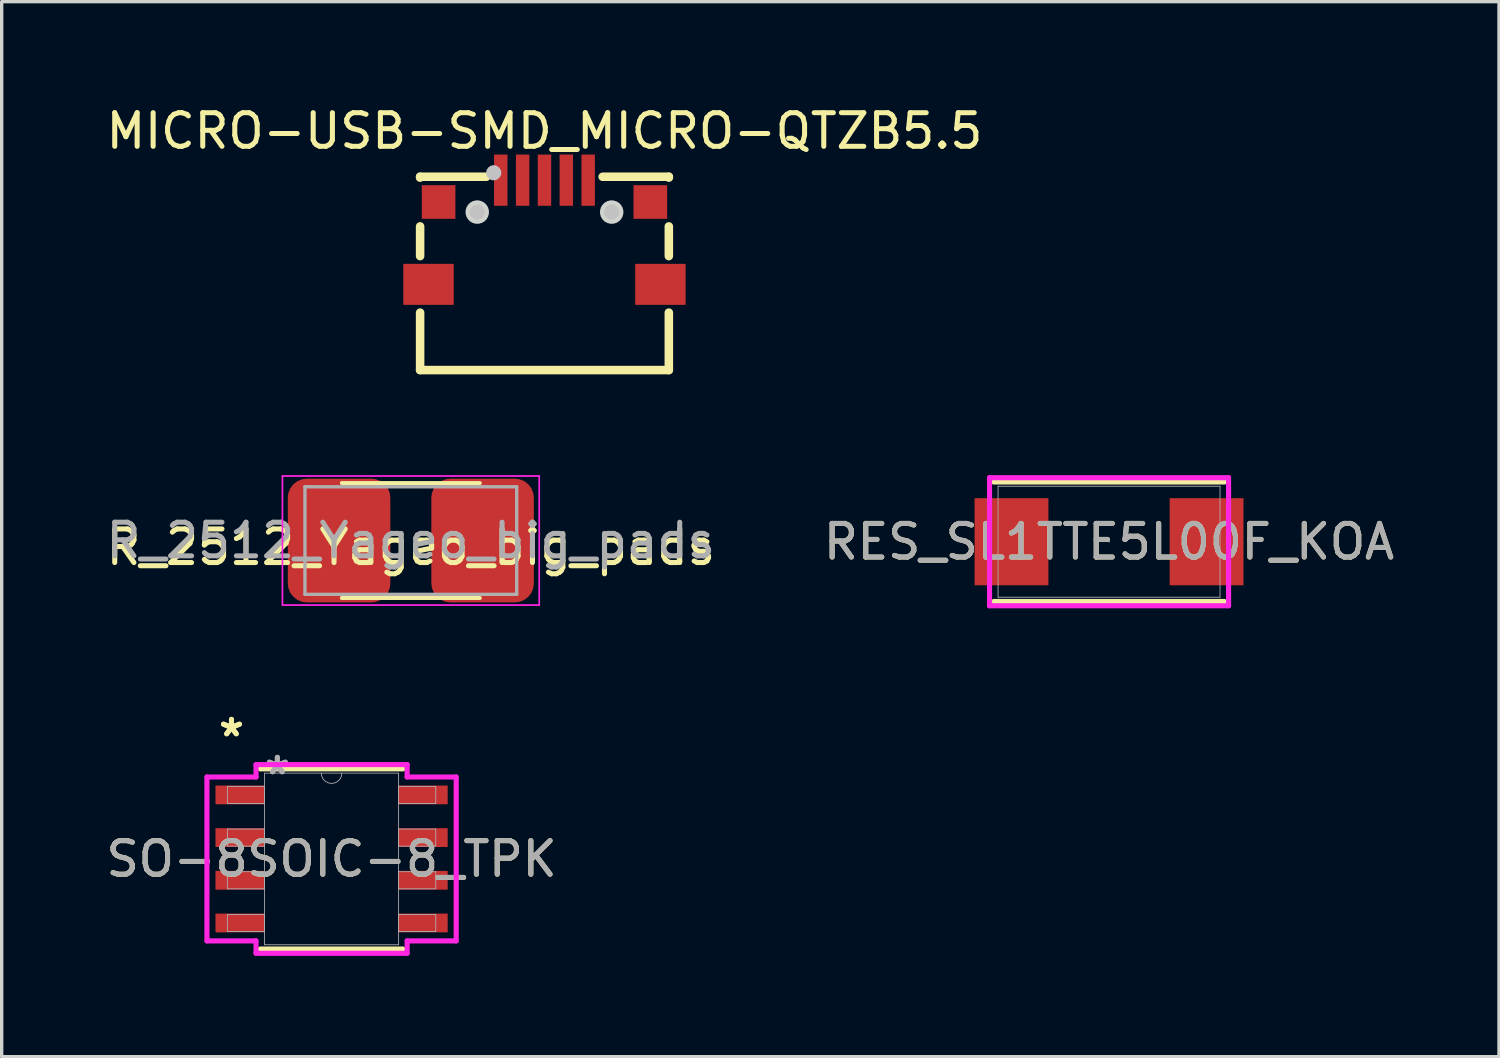
<source format=kicad_pcb>
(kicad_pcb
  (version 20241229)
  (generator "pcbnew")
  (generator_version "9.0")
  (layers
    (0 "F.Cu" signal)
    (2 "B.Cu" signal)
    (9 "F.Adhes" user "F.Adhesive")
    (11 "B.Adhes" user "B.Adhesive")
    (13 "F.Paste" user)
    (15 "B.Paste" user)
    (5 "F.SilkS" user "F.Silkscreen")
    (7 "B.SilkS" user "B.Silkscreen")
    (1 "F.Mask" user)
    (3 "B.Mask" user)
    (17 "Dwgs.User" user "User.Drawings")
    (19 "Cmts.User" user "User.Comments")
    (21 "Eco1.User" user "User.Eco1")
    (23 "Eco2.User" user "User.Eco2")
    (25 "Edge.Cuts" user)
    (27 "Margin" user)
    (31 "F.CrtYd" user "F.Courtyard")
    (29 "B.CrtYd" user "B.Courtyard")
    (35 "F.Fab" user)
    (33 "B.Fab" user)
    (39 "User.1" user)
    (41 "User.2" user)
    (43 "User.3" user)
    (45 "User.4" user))
  (footprint "SO-8SOIC-8_TPK"
    (layer "F.Cu")
    (at 6.815 22.505)
    (property "Reference" "SO-8SOIC-8_TPK" (at 0 0 0) (unlocked yes) (layer "F.SilkS") (effects (font (size 1 1) (thickness 0.15))))
    (attr smd)
    (fp_line (start -2.121 2.68) (end 2.121 2.68) (stroke (width 0.152) (type solid)) (layer "F.SilkS"))
    (fp_line (start 2.121 -2.68) (end -2.121 -2.68) (stroke (width 0.152) (type solid)) (layer "F.SilkS"))
    (fp_line (start -3.708 -2.438) (end -2.248 -2.438) (stroke (width 0.152) (type solid)) (layer "F.CrtYd"))
    (fp_line (start -3.708 2.438) (end -3.708 -2.438) (stroke (width 0.152) (type solid)) (layer "F.CrtYd"))
    (fp_line (start -3.708 2.438) (end -2.248 2.438) (stroke (width 0.152) (type solid)) (layer "F.CrtYd"))
    (fp_line (start -2.248 -2.807) (end 2.248 -2.807) (stroke (width 0.152) (type solid)) (layer "F.CrtYd"))
    (fp_line (start -2.248 -2.438) (end -2.248 -2.807) (stroke (width 0.152) (type solid)) (layer "F.CrtYd"))
    (fp_line (start -2.248 2.807) (end -2.248 2.438) (stroke (width 0.152) (type solid)) (layer "F.CrtYd"))
    (fp_line (start 2.248 -2.807) (end 2.248 -2.438) (stroke (width 0.152) (type solid)) (layer "F.CrtYd"))
    (fp_line (start 2.248 2.438) (end 2.248 2.807) (stroke (width 0.152) (type solid)) (layer "F.CrtYd"))
    (fp_line (start 2.248 2.807) (end -2.248 2.807) (stroke (width 0.152) (type solid)) (layer "F.CrtYd"))
    (fp_line (start 3.708 -2.438) (end 2.248 -2.438) (stroke (width 0.152) (type solid)) (layer "F.CrtYd"))
    (fp_line (start 3.708 -2.438) (end 3.708 2.438) (stroke (width 0.152) (type solid)) (layer "F.CrtYd"))
    (fp_line (start 3.708 2.438) (end 2.248 2.438) (stroke (width 0.152) (type solid)) (layer "F.CrtYd"))
    (fp_line (start -3.099 -2.159) (end -3.099 -1.651) (stroke (width 0.025) (type solid)) (layer "F.Fab"))
    (fp_line (start -3.099 -1.651) (end -1.994 -1.651) (stroke (width 0.025) (type solid)) (layer "F.Fab"))
    (fp_line (start -3.099 -0.889) (end -3.099 -0.381) (stroke (width 0.025) (type solid)) (layer "F.Fab"))
    (fp_line (start -3.099 -0.381) (end -1.994 -0.381) (stroke (width 0.025) (type solid)) (layer "F.Fab"))
    (fp_line (start -3.099 0.381) (end -3.099 0.889) (stroke (width 0.025) (type solid)) (layer "F.Fab"))
    (fp_line (start -3.099 0.889) (end -1.994 0.889) (stroke (width 0.025) (type solid)) (layer "F.Fab"))
    (fp_line (start -3.099 1.651) (end -3.099 2.159) (stroke (width 0.025) (type solid)) (layer "F.Fab"))
    (fp_line (start -3.099 2.159) (end -1.994 2.159) (stroke (width 0.025) (type solid)) (layer "F.Fab"))
    (fp_line (start -1.994 -2.553) (end -1.994 2.553) (stroke (width 0.025) (type solid)) (layer "F.Fab"))
    (fp_line (start -1.994 -2.159) (end -3.099 -2.159) (stroke (width 0.025) (type solid)) (layer "F.Fab"))
    (fp_line (start -1.994 -1.651) (end -1.994 -2.159) (stroke (width 0.025) (type solid)) (layer "F.Fab"))
    (fp_line (start -1.994 -0.889) (end -3.099 -0.889) (stroke (width 0.025) (type solid)) (layer "F.Fab"))
    (fp_line (start -1.994 -0.381) (end -1.994 -0.889) (stroke (width 0.025) (type solid)) (layer "F.Fab"))
    (fp_line (start -1.994 0.381) (end -3.099 0.381) (stroke (width 0.025) (type solid)) (layer "F.Fab"))
    (fp_line (start -1.994 0.889) (end -1.994 0.381) (stroke (width 0.025) (type solid)) (layer "F.Fab"))
    (fp_line (start -1.994 1.651) (end -3.099 1.651) (stroke (width 0.025) (type solid)) (layer "F.Fab"))
    (fp_line (start -1.994 2.159) (end -1.994 1.651) (stroke (width 0.025) (type solid)) (layer "F.Fab"))
    (fp_line (start -1.994 2.553) (end 1.994 2.553) (stroke (width 0.025) (type solid)) (layer "F.Fab"))
    (fp_line (start 1.994 -2.553) (end -1.994 -2.553) (stroke (width 0.025) (type solid)) (layer "F.Fab"))
    (fp_line (start 1.994 -2.159) (end 1.994 -1.651) (stroke (width 0.025) (type solid)) (layer "F.Fab"))
    (fp_line (start 1.994 -1.651) (end 3.099 -1.651) (stroke (width 0.025) (type solid)) (layer "F.Fab"))
    (fp_line (start 1.994 -0.889) (end 1.994 -0.381) (stroke (width 0.025) (type solid)) (layer "F.Fab"))
    (fp_line (start 1.994 -0.381) (end 3.099 -0.381) (stroke (width 0.025) (type solid)) (layer "F.Fab"))
    (fp_line (start 1.994 0.381) (end 1.994 0.889) (stroke (width 0.025) (type solid)) (layer "F.Fab"))
    (fp_line (start 1.994 0.889) (end 3.099 0.889) (stroke (width 0.025) (type solid)) (layer "F.Fab"))
    (fp_line (start 1.994 1.651) (end 1.994 2.159) (stroke (width 0.025) (type solid)) (layer "F.Fab"))
    (fp_line (start 1.994 2.159) (end 3.099 2.159) (stroke (width 0.025) (type solid)) (layer "F.Fab"))
    (fp_line (start 1.994 2.553) (end 1.994 -2.553) (stroke (width 0.025) (type solid)) (layer "F.Fab"))
    (fp_line (start 3.099 -2.159) (end 1.994 -2.159) (stroke (width 0.025) (type solid)) (layer "F.Fab"))
    (fp_line (start 3.099 -1.651) (end 3.099 -2.159) (stroke (width 0.025) (type solid)) (layer "F.Fab"))
    (fp_line (start 3.099 -0.889) (end 1.994 -0.889) (stroke (width 0.025) (type solid)) (layer "F.Fab"))
    (fp_line (start 3.099 -0.381) (end 3.099 -0.889) (stroke (width 0.025) (type solid)) (layer "F.Fab"))
    (fp_line (start 3.099 0.381) (end 1.994 0.381) (stroke (width 0.025) (type solid)) (layer "F.Fab"))
    (fp_line (start 3.099 0.889) (end 3.099 0.381) (stroke (width 0.025) (type solid)) (layer "F.Fab"))
    (fp_line (start 3.099 1.651) (end 1.994 1.651) (stroke (width 0.025) (type solid)) (layer "F.Fab"))
    (fp_line (start 3.099 2.159) (end 3.099 1.651) (stroke (width 0.025) (type solid)) (layer "F.Fab"))
    (fp_arc (start 0.3048 -2.5527) (mid 0 -2.2479) (end -0.3048 -2.5527) (stroke (width 0.0254) (type solid)) (layer "F.Fab"))
    (fp_text user "*" (at -2.978 -3.607 0) (layer "F.SilkS") (effects (font (size 1 1) (thickness 0.15))))
    (fp_text user "*" (at -2.978 -3.607 0) (unlocked yes) (layer "F.SilkS") (effects (font (size 1 1) (thickness 0.15))))
    (fp_text user "${REFERENCE}" (at 0 0 0) (unlocked yes) (layer "F.Fab") (effects (font (size 1 1) (thickness 0.15))))
    (fp_text user "*" (at -1.613 -2.477 0) (unlocked yes) (layer "F.Fab") (effects (font (size 1 1) (thickness 0.15))))
    (fp_text user "*" (at -1.613 -2.477 0) (layer "F.Fab") (effects (font (size 1 1) (thickness 0.15))))
    (pad "1" smd rect (at -2.724 -1.905) (size 1.46 0.559) (layers "F.Cu" "F.Mask" "F.Paste"))
    (pad "2" smd rect (at -2.724 -0.635) (size 1.46 0.559) (layers "F.Cu" "F.Mask" "F.Paste"))
    (pad "3" smd rect (at -2.724 0.635) (size 1.46 0.559) (layers "F.Cu" "F.Mask" "F.Paste"))
    (pad "4" smd rect (at -2.724 1.905) (size 1.46 0.559) (layers "F.Cu" "F.Mask" "F.Paste"))
    (pad "5" smd rect (at 2.724 1.905) (size 1.46 0.559) (layers "F.Cu" "F.Mask" "F.Paste"))
    (pad "6" smd rect (at 2.724 0.635) (size 1.46 0.559) (layers "F.Cu" "F.Mask" "F.Paste"))
    (pad "7" smd rect (at 2.724 -0.635) (size 1.46 0.559) (layers "F.Cu" "F.Mask" "F.Paste"))
    (pad "8" smd rect (at 2.724 -1.905) (size 1.46 0.559) (layers "F.Cu" "F.Mask" "F.Paste")))
  (footprint "R_2512_Yageo_big_pads"
    (layer "F.Cu")
    (at 9.173 13.032)
    (property "Reference" "R_2512_Yageo_big_pads" (at 0 0.2 180) (layer "F.SilkS") (effects (font (size 1 1) (thickness 0.15))))
    (attr smd)
    (fp_line (start -2.052 -1.71) (end 2.052 -1.71) (stroke (width 0.12) (type solid)) (layer "F.SilkS"))
    (fp_line (start -2.052 1.71) (end 2.052 1.71) (stroke (width 0.12) (type solid)) (layer "F.SilkS"))
    (fp_line (start -3.82 -1.92) (end 3.82 -1.92) (stroke (width 0.05) (type solid)) (layer "F.CrtYd"))
    (fp_line (start -3.82 1.92) (end -3.82 -1.92) (stroke (width 0.05) (type solid)) (layer "F.CrtYd"))
    (fp_line (start 3.82 -1.92) (end 3.82 1.92) (stroke (width 0.05) (type solid)) (layer "F.CrtYd"))
    (fp_line (start 3.82 1.92) (end -3.82 1.92) (stroke (width 0.05) (type solid)) (layer "F.CrtYd"))
    (fp_line (start -3.15 -1.6) (end 3.15 -1.6) (stroke (width 0.1) (type solid)) (layer "F.Fab"))
    (fp_line (start -3.15 1.6) (end -3.15 -1.6) (stroke (width 0.1) (type solid)) (layer "F.Fab"))
    (fp_line (start 3.15 -1.6) (end 3.15 1.6) (stroke (width 0.1) (type solid)) (layer "F.Fab"))
    (fp_line (start 3.15 1.6) (end -3.15 1.6) (stroke (width 0.1) (type solid)) (layer "F.Fab"))
    (fp_text user "${REFERENCE}" (at 0 0 180) (layer "F.Fab") (effects (font (size 1 1) (thickness 0.15))))
    (pad "1" smd roundrect (at -2.135 0) (size 3.05 3.68) (layers "F.Cu" "F.Mask" "F.Paste") (roundrect_rratio 0.185))
    (pad "2" smd roundrect (at 2.135 0) (size 3.05 3.68) (layers "F.Cu" "F.Mask" "F.Paste") (roundrect_rratio 0.185)))
  (footprint "RES_SL1TTE5L00F_KOA"
    (layer "F.Cu")
    (at 29.946 13.068)
    (property "Reference" "RES_SL1TTE5L00F_KOA" (at 0 0 0) (unlocked yes) (layer "F.SilkS") (effects (font (size 1 1) (thickness 0.15))))
    (attr smd)
    (fp_line (start -3.429 1.778) (end 3.429 1.778) (stroke (width 0.152) (type solid)) (layer "F.SilkS"))
    (fp_line (start 3.429 -1.778) (end -3.429 -1.778) (stroke (width 0.152) (type solid)) (layer "F.SilkS"))
    (fp_line (start -3.556 -1.905) (end 3.556 -1.905) (stroke (width 0.152) (type solid)) (layer "F.CrtYd"))
    (fp_line (start -3.556 -1.549) (end -3.556 -1.905) (stroke (width 0.152) (type solid)) (layer "F.CrtYd"))
    (fp_line (start -3.556 -1.549) (end -3.556 -1.549) (stroke (width 0.152) (type solid)) (layer "F.CrtYd"))
    (fp_line (start -3.556 1.549) (end -3.556 -1.549) (stroke (width 0.152) (type solid)) (layer "F.CrtYd"))
    (fp_line (start -3.556 1.549) (end -3.556 1.549) (stroke (width 0.152) (type solid)) (layer "F.CrtYd"))
    (fp_line (start -3.556 1.905) (end -3.556 1.549) (stroke (width 0.152) (type solid)) (layer "F.CrtYd"))
    (fp_line (start 3.556 -1.905) (end 3.556 -1.549) (stroke (width 0.152) (type solid)) (layer "F.CrtYd"))
    (fp_line (start 3.556 -1.549) (end 3.556 -1.549) (stroke (width 0.152) (type solid)) (layer "F.CrtYd"))
    (fp_line (start 3.556 -1.549) (end 3.556 1.549) (stroke (width 0.152) (type solid)) (layer "F.CrtYd"))
    (fp_line (start 3.556 1.549) (end 3.556 1.549) (stroke (width 0.152) (type solid)) (layer "F.CrtYd"))
    (fp_line (start 3.556 1.549) (end 3.556 1.905) (stroke (width 0.152) (type solid)) (layer "F.CrtYd"))
    (fp_line (start 3.556 1.905) (end -3.556 1.905) (stroke (width 0.152) (type solid)) (layer "F.CrtYd"))
    (fp_line (start -3.302 -1.651) (end -3.302 1.651) (stroke (width 0.025) (type solid)) (layer "F.Fab"))
    (fp_line (start -3.302 1.651) (end 3.302 1.651) (stroke (width 0.025) (type solid)) (layer "F.Fab"))
    (fp_line (start 3.302 -1.651) (end -3.302 -1.651) (stroke (width 0.025) (type solid)) (layer "F.Fab"))
    (fp_line (start 3.302 1.651) (end 3.302 -1.651) (stroke (width 0.025) (type solid)) (layer "F.Fab"))
    (fp_circle (center 0 0) (end 0 0) (stroke (width 0.025) (type solid)) (fill no) (layer "F.Fab"))
    (fp_text user "${REFERENCE}" (at 0 0 0) (unlocked yes) (layer "F.Fab") (effects (font (size 1 1) (thickness 0.15))))
    (pad "1" smd rect (at -2.902 0) (size 2.197 2.591) (layers "F.Cu" "F.Mask" "F.Paste"))
    (pad "2" smd rect (at 2.902 0) (size 2.197 2.591) (layers "F.Cu" "F.Mask" "F.Paste")))
  (footprint "MICRO-USB-SMD_MICRO-QTZB5.5"
    (layer "F.Cu")
    (at 13.149 3.86)
    (property "Reference" "MICRO-USB-SMD_MICRO-QTZB5.5" (at 0 -3.012 0) (layer "F.SilkS") (effects (font (size 1 1) (thickness 0.15))))
    (fp_line (start -3.7 -1.651) (end -1.731 -1.651) (stroke (width 0.254) (type default)) (layer "F.SilkS"))
    (fp_line (start -3.7 -1.625) (end -3.7 -1.651) (stroke (width 0.254) (type default)) (layer "F.SilkS"))
    (fp_line (start -3.7 0.709) (end -3.7 -0.174) (stroke (width 0.254) (type default)) (layer "F.SilkS"))
    (fp_line (start -3.7 4.1) (end -3.7 2.391) (stroke (width 0.254) (type default)) (layer "F.SilkS"))
    (fp_line (start 3.7 -1.651) (end 1.731 -1.651) (stroke (width 0.254) (type default)) (layer "F.SilkS"))
    (fp_line (start 3.7 -1.625) (end 3.7 -1.651) (stroke (width 0.254) (type default)) (layer "F.SilkS"))
    (fp_line (start 3.7 0.709) (end 3.7 -0.174) (stroke (width 0.254) (type default)) (layer "F.SilkS"))
    (fp_line (start 3.7 4.1) (end -3.7 4.1) (stroke (width 0.254) (type default)) (layer "F.SilkS"))
    (fp_line (start 3.7 4.1) (end 3.7 2.391) (stroke (width 0.254) (type default)) (layer "F.SilkS"))
    (fp_circle (center -2 -0.6) (end -1.887 -0.6) (stroke (width 0.225) (type default)) (fill no) (layer "Dwgs.User"))
    (fp_circle (center -1.51 -1.77) (end -1.397 -1.77) (stroke (width 0.225) (type default)) (fill no) (layer "Dwgs.User"))
    (fp_circle (center 2 -0.6) (end 2.113 -0.6) (stroke (width 0.225) (type default)) (fill no) (layer "Dwgs.User"))
    (fp_poly (pts (xy -1.653 -0.646) (xy -1.677 -0.734) (xy -1.722 -0.813) (xy -1.787 -0.878) (xy -1.866 -0.923) (xy -1.954 -0.947) (xy -2.046 -0.947) (xy -2.134 -0.923) (xy -2.213 -0.878) (xy -2.278 -0.813) (xy -2.323 -0.734) (xy -2.347 -0.646) (xy -2.347 -0.554) (xy -2.323 -0.466) (xy -2.278 -0.387) (xy -2.213 -0.322) (xy -2.134 -0.277) (xy -2.046 -0.253) (xy -1.954 -0.253) (xy -1.866 -0.277) (xy -1.787 -0.322) (xy -1.722 -0.387) (xy -1.677 -0.466) (xy -1.653 -0.554)) (stroke (width 0) (type default)) (fill yes) (layer "Edge.Cuts"))
    (fp_poly (pts (xy 2.347 -0.646) (xy 2.323 -0.734) (xy 2.278 -0.813) (xy 2.213 -0.878) (xy 2.134 -0.923) (xy 2.046 -0.947) (xy 1.954 -0.947) (xy 1.866 -0.923) (xy 1.787 -0.878) (xy 1.722 -0.813) (xy 1.677 -0.734) (xy 1.653 -0.646) (xy 1.653 -0.554) (xy 1.677 -0.466) (xy 1.722 -0.387) (xy 1.787 -0.322) (xy 1.866 -0.277) (xy 1.954 -0.253) (xy 2.046 -0.253) (xy 2.134 -0.277) (xy 2.213 -0.322) (xy 2.278 -0.387) (xy 2.323 -0.466) (xy 2.347 -0.554)) (stroke (width 0) (type default)) (fill yes) (layer "Edge.Cuts"))
    (fp_poly (pts (xy -3.783 1.15) (xy -2.883 1.15) (xy -2.883 1.95) (xy -3.783 1.95)) (stroke (width 0.1) (type default)) (fill no) (layer "User.1"))
    (fp_poly (pts (xy -3.4 -1.15) (xy -2.9 -1.15) (xy -2.9 -0.65) (xy -3.4 -0.65)) (stroke (width 0.1) (type default)) (fill no) (layer "User.1"))
    (fp_poly (pts (xy -1.425 -1.651) (xy -1.175 -1.651) (xy -1.175 -0.951) (xy -1.425 -0.951)) (stroke (width 0.1) (type default)) (fill no) (layer "User.1"))
    (fp_poly (pts (xy -0.775 -1.651) (xy -0.525 -1.651) (xy -0.525 -0.951) (xy -0.775 -0.951)) (stroke (width 0.1) (type default)) (fill no) (layer "User.1"))
    (fp_poly (pts (xy -0.125 -1.651) (xy 0.125 -1.651) (xy 0.125 -0.951) (xy -0.125 -0.951)) (stroke (width 0.1) (type default)) (fill no) (layer "User.1"))
    (fp_poly (pts (xy 0.525 -1.651) (xy 0.775 -1.651) (xy 0.775 -0.951) (xy 0.525 -0.951)) (stroke (width 0.1) (type default)) (fill no) (layer "User.1"))
    (fp_poly (pts (xy 1.175 -1.651) (xy 1.425 -1.651) (xy 1.425 -0.951) (xy 1.175 -0.951)) (stroke (width 0.1) (type default)) (fill no) (layer "User.1"))
    (fp_poly (pts (xy 2.9 -1.15) (xy 3.4 -1.15) (xy 3.4 -0.65) (xy 2.9 -0.65)) (stroke (width 0.1) (type default)) (fill no) (layer "User.1"))
    (fp_poly (pts (xy 2.917 1.15) (xy 3.817 1.15) (xy 3.817 1.95) (xy 2.917 1.95)) (stroke (width 0.1) (type default)) (fill no) (layer "User.1"))
    (fp_line (start -3.683 -1.451) (end 3.717 -1.451) (stroke (width 0.051) (type default)) (layer "User.2"))
    (fp_line (start -3.683 4.049) (end -3.683 -1.451) (stroke (width 0.051) (type default)) (layer "User.2"))
    (fp_line (start 3.717 -1.451) (end 3.717 4.049) (stroke (width 0.051) (type default)) (layer "User.2"))
    (fp_line (start 3.717 4.049) (end -3.683 4.049) (stroke (width 0.051) (type default)) (layer "User.2"))
    (fp_poly (pts (xy -3.728 -1.674) (xy -3.76 -1.706) (xy -3.806 -1.706) (xy -3.838 -1.674) (xy -3.838 -1.628) (xy -3.806 -1.596) (xy -3.76 -1.596) (xy -3.728 -1.628)) (stroke (width 0.1) (type default)) (fill no) (layer "User.3"))
    (pad "1" smd rect (at -1.3 -1.55) (size 0.4 1.524) (layers "F.Cu" "F.Mask" "F.Paste"))
    (pad "2" smd rect (at -0.65 -1.55) (size 0.4 1.524) (layers "F.Cu" "F.Mask" "F.Paste"))
    (pad "3" smd rect (at 0 -1.55) (size 0.4 1.524) (layers "F.Cu" "F.Mask" "F.Paste"))
    (pad "4" smd rect (at 0.65 -1.55) (size 0.4 1.524) (layers "F.Cu" "F.Mask" "F.Paste"))
    (pad "5" smd rect (at 1.3 -1.55) (size 0.4 1.524) (layers "F.Cu" "F.Mask" "F.Paste"))
    (pad "6" smd rect (at -3.45 1.55) (size 1.5 1.22) (layers "F.Cu" "F.Mask" "F.Paste"))
    (pad "6" smd rect (at -3.15 -0.9) (size 1 1) (layers "F.Cu" "F.Mask" "F.Paste"))
    (pad "7" smd rect (at 3.15 -0.9) (size 1 1) (layers "F.Cu" "F.Mask" "F.Paste"))
    (pad "7" smd rect (at 3.45 1.55) (size 1.5 1.22) (layers "F.Cu" "F.Mask" "F.Paste")))
  (gr_rect
    (start -3 -3)
    (end 41.548 28.388)
    (stroke (width 0.1) (type default))
    (fill no)
    (layer "Edge.Cuts")))
</source>
